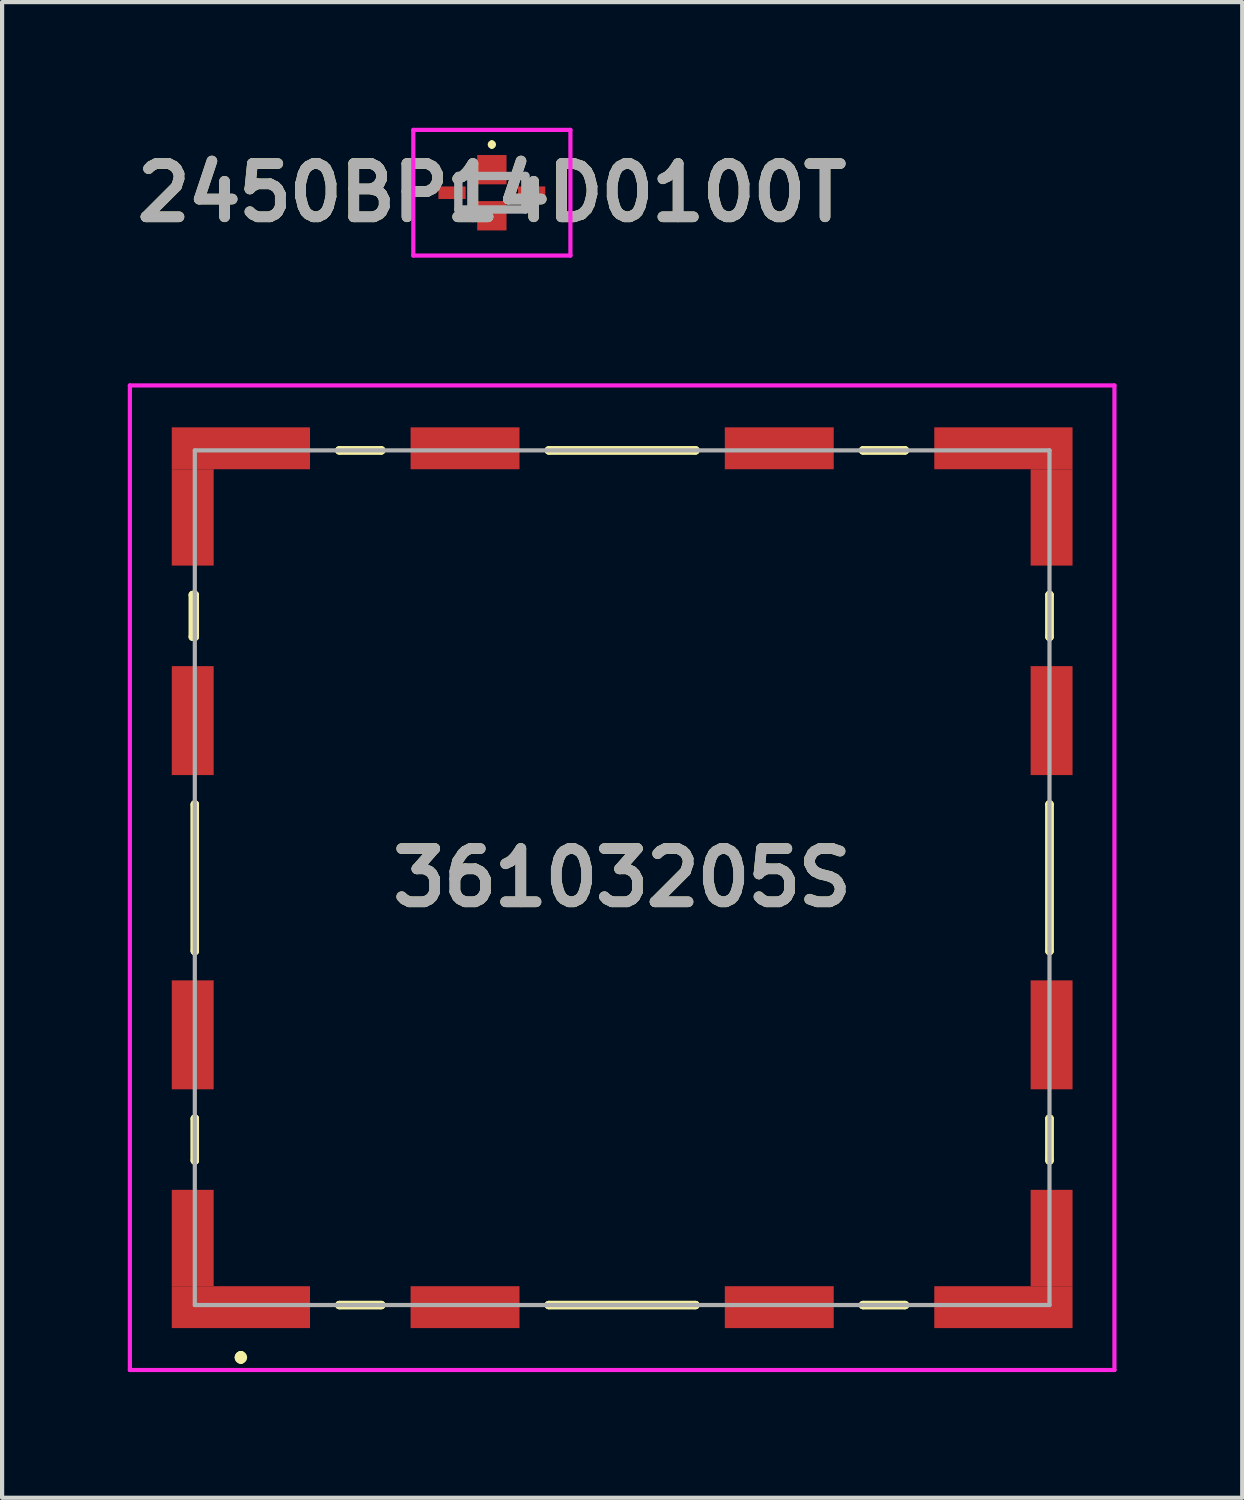
<source format=kicad_pcb>
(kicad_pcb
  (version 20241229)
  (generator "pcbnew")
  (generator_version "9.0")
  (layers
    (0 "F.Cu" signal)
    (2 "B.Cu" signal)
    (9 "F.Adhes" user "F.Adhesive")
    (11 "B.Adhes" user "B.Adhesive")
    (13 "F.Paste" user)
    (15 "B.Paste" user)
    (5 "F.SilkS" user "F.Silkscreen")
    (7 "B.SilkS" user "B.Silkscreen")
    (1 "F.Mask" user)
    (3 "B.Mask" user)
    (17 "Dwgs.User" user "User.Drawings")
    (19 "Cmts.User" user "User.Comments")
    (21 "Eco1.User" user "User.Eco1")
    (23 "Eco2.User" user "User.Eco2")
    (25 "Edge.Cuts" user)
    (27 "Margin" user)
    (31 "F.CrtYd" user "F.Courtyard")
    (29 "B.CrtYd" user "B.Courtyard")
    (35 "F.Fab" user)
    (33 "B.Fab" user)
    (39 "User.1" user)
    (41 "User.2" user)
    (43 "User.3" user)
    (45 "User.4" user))
  (footprint "2450BP14D0100T"
    (layer "F.Cu")
    (at 8.69 1.55)
    (property "Reference" "2450BP14D0100T" (at 0 0 0) (layer "F.SilkS") (effects (font (size 1.27 1.27) (thickness 0.254))))
    (attr smd)
    (fp_line (start 0 -1.2) (end 0 -1.2) (stroke (width 0.1) (type solid)) (layer "F.SilkS"))
    (fp_line (start 0 -1.1) (end 0 -1.1) (stroke (width 0.1) (type solid)) (layer "F.SilkS"))
    (fp_arc (start 0 -1.2) (mid 0.05 -1.15) (end 0 -1.1) (stroke (width 0.1) (type solid)) (layer "F.SilkS"))
    (fp_arc (start 0 -1.1) (mid -0.05 -1.15) (end 0 -1.2) (stroke (width 0.1) (type solid)) (layer "F.SilkS"))
    (fp_line (start -1.875 -1.5) (end 1.875 -1.5) (stroke (width 0.1) (type solid)) (layer "F.CrtYd"))
    (fp_line (start -1.875 1.5) (end -1.875 -1.5) (stroke (width 0.1) (type solid)) (layer "F.CrtYd"))
    (fp_line (start 1.875 -1.5) (end 1.875 1.5) (stroke (width 0.1) (type solid)) (layer "F.CrtYd"))
    (fp_line (start 1.875 1.5) (end -1.875 1.5) (stroke (width 0.1) (type solid)) (layer "F.CrtYd"))
    (fp_line (start -0.8 -0.4) (end 0.8 -0.4) (stroke (width 0.2) (type solid)) (layer "F.Fab"))
    (fp_line (start -0.8 0.4) (end -0.8 -0.4) (stroke (width 0.2) (type solid)) (layer "F.Fab"))
    (fp_line (start 0.8 -0.4) (end 0.8 0.4) (stroke (width 0.2) (type solid)) (layer "F.Fab"))
    (fp_line (start 0.8 0.4) (end -0.8 0.4) (stroke (width 0.2) (type solid)) (layer "F.Fab"))
    (fp_text user "${REFERENCE}" (at 0 0 0) (layer "F.Fab") (effects (font (size 1.27 1.27) (thickness 0.254))))
    (pad "1" smd rect (at 0 -0.55) (size 0.7 0.7) (layers "F.Cu" "F.Mask" "F.Paste"))
    (pad "2" smd rect (at 0.95 0 90) (size 0.3 0.65) (layers "F.Cu" "F.Mask" "F.Paste"))
    (pad "3" smd rect (at 0 0.55) (size 0.7 0.7) (layers "F.Cu" "F.Mask" "F.Paste"))
    (pad "4" smd rect (at -0.95 0 90) (size 0.3 0.65) (layers "F.Cu" "F.Mask" "F.Paste")))
  (footprint "36103205S"
    (layer "F.Cu")
    (at 11.8 17.9)
    (property "Reference" "36103205S" (at 0 0 0) (layer "F.SilkS") (effects (font (size 1.27 1.27) (thickness 0.254))))
    (attr smd)
    (fp_line (start -10.25 -6.75) (end -10.2 -6.75) (stroke (width 0.2) (type solid)) (layer "F.SilkS"))
    (fp_line (start -10.25 -5.75) (end -10.25 -6.75) (stroke (width 0.2) (type solid)) (layer "F.SilkS"))
    (fp_line (start -10.2 -6.75) (end -10.2 -5.75) (stroke (width 0.2) (type solid)) (layer "F.SilkS"))
    (fp_line (start -10.2 -5.75) (end -10.25 -5.75) (stroke (width 0.2) (type solid)) (layer "F.SilkS"))
    (fp_line (start -10.2 -1.75) (end -10.2 -1.75) (stroke (width 0.2) (type solid)) (layer "F.SilkS"))
    (fp_line (start -10.2 -1.75) (end -10.2 1.75) (stroke (width 0.2) (type solid)) (layer "F.SilkS"))
    (fp_line (start -10.2 1.75) (end -10.2 -1.75) (stroke (width 0.2) (type solid)) (layer "F.SilkS"))
    (fp_line (start -10.2 1.75) (end -10.2 1.75) (stroke (width 0.2) (type solid)) (layer "F.SilkS"))
    (fp_line (start -10.2 5.75) (end -10.2 5.75) (stroke (width 0.2) (type solid)) (layer "F.SilkS"))
    (fp_line (start -10.2 5.75) (end -10.2 6.75) (stroke (width 0.2) (type solid)) (layer "F.SilkS"))
    (fp_line (start -10.2 6.75) (end -10.2 5.75) (stroke (width 0.2) (type solid)) (layer "F.SilkS"))
    (fp_line (start -10.2 6.75) (end -10.2 6.75) (stroke (width 0.2) (type solid)) (layer "F.SilkS"))
    (fp_line (start -9.1 11.4) (end -9.1 11.4) (stroke (width 0.2) (type solid)) (layer "F.SilkS"))
    (fp_line (start -9.1 11.4) (end -9.1 11.4) (stroke (width 0.2) (type solid)) (layer "F.SilkS"))
    (fp_line (start -9.1 11.5) (end -9.1 11.5) (stroke (width 0.2) (type solid)) (layer "F.SilkS"))
    (fp_line (start -6.75 -10.2) (end -6.75 -10.2) (stroke (width 0.2) (type solid)) (layer "F.SilkS"))
    (fp_line (start -6.75 -10.2) (end -5.75 -10.2) (stroke (width 0.2) (type solid)) (layer "F.SilkS"))
    (fp_line (start -6.75 10.2) (end -6.75 10.2) (stroke (width 0.2) (type solid)) (layer "F.SilkS"))
    (fp_line (start -6.75 10.2) (end -5.75 10.2) (stroke (width 0.2) (type solid)) (layer "F.SilkS"))
    (fp_line (start -5.75 -10.2) (end -6.75 -10.2) (stroke (width 0.2) (type solid)) (layer "F.SilkS"))
    (fp_line (start -5.75 -10.2) (end -5.75 -10.2) (stroke (width 0.2) (type solid)) (layer "F.SilkS"))
    (fp_line (start -5.75 10.2) (end -6.75 10.2) (stroke (width 0.2) (type solid)) (layer "F.SilkS"))
    (fp_line (start -5.75 10.2) (end -5.75 10.2) (stroke (width 0.2) (type solid)) (layer "F.SilkS"))
    (fp_line (start -1.75 -10.2) (end -1.75 -10.2) (stroke (width 0.2) (type solid)) (layer "F.SilkS"))
    (fp_line (start -1.75 -10.2) (end 1.75 -10.2) (stroke (width 0.2) (type solid)) (layer "F.SilkS"))
    (fp_line (start -1.75 10.2) (end -1.75 10.2) (stroke (width 0.2) (type solid)) (layer "F.SilkS"))
    (fp_line (start -1.75 10.2) (end 1.75 10.2) (stroke (width 0.2) (type solid)) (layer "F.SilkS"))
    (fp_line (start 1.75 -10.2) (end -1.75 -10.2) (stroke (width 0.2) (type solid)) (layer "F.SilkS"))
    (fp_line (start 1.75 -10.2) (end 1.75 -10.2) (stroke (width 0.2) (type solid)) (layer "F.SilkS"))
    (fp_line (start 1.75 10.2) (end -1.75 10.2) (stroke (width 0.2) (type solid)) (layer "F.SilkS"))
    (fp_line (start 1.75 10.2) (end 1.75 10.2) (stroke (width 0.2) (type solid)) (layer "F.SilkS"))
    (fp_line (start 5.75 -10.2) (end 5.75 -10.2) (stroke (width 0.2) (type solid)) (layer "F.SilkS"))
    (fp_line (start 5.75 -10.2) (end 6.75 -10.2) (stroke (width 0.2) (type solid)) (layer "F.SilkS"))
    (fp_line (start 5.75 10.2) (end 5.75 10.2) (stroke (width 0.2) (type solid)) (layer "F.SilkS"))
    (fp_line (start 5.75 10.2) (end 6.75 10.2) (stroke (width 0.2) (type solid)) (layer "F.SilkS"))
    (fp_line (start 6.75 -10.2) (end 5.75 -10.2) (stroke (width 0.2) (type solid)) (layer "F.SilkS"))
    (fp_line (start 6.75 -10.2) (end 6.75 -10.2) (stroke (width 0.2) (type solid)) (layer "F.SilkS"))
    (fp_line (start 6.75 10.2) (end 5.75 10.2) (stroke (width 0.2) (type solid)) (layer "F.SilkS"))
    (fp_line (start 6.75 10.2) (end 6.75 10.2) (stroke (width 0.2) (type solid)) (layer "F.SilkS"))
    (fp_line (start 10.2 -6.75) (end 10.2 -6.75) (stroke (width 0.2) (type solid)) (layer "F.SilkS"))
    (fp_line (start 10.2 -6.75) (end 10.2 -5.75) (stroke (width 0.2) (type solid)) (layer "F.SilkS"))
    (fp_line (start 10.2 -5.75) (end 10.2 -6.75) (stroke (width 0.2) (type solid)) (layer "F.SilkS"))
    (fp_line (start 10.2 -5.75) (end 10.2 -5.75) (stroke (width 0.2) (type solid)) (layer "F.SilkS"))
    (fp_line (start 10.2 -1.75) (end 10.2 -1.75) (stroke (width 0.2) (type solid)) (layer "F.SilkS"))
    (fp_line (start 10.2 -1.75) (end 10.2 1.75) (stroke (width 0.2) (type solid)) (layer "F.SilkS"))
    (fp_line (start 10.2 1.75) (end 10.2 -1.75) (stroke (width 0.2) (type solid)) (layer "F.SilkS"))
    (fp_line (start 10.2 1.75) (end 10.2 1.75) (stroke (width 0.2) (type solid)) (layer "F.SilkS"))
    (fp_line (start 10.2 5.75) (end 10.2 5.75) (stroke (width 0.2) (type solid)) (layer "F.SilkS"))
    (fp_line (start 10.2 5.75) (end 10.2 6.75) (stroke (width 0.2) (type solid)) (layer "F.SilkS"))
    (fp_line (start 10.2 6.75) (end 10.2 5.75) (stroke (width 0.2) (type solid)) (layer "F.SilkS"))
    (fp_line (start 10.2 6.75) (end 10.2 6.75) (stroke (width 0.2) (type solid)) (layer "F.SilkS"))
    (fp_arc (start -9.1 11.4) (mid -9.05 11.45) (end -9.1 11.5) (stroke (width 0.2) (type solid)) (layer "F.SilkS"))
    (fp_arc (start -9.1 11.5) (mid -9.15 11.45) (end -9.1 11.4) (stroke (width 0.2) (type solid)) (layer "F.SilkS"))
    (fp_arc (start -9.1 11.5) (mid -9.15 11.45) (end -9.1 11.4) (stroke (width 0.2) (type solid)) (layer "F.SilkS"))
    (fp_line (start -11.75 -11.75) (end 11.75 -11.75) (stroke (width 0.1) (type solid)) (layer "F.CrtYd"))
    (fp_line (start -11.75 11.75) (end -11.75 -11.75) (stroke (width 0.1) (type solid)) (layer "F.CrtYd"))
    (fp_line (start 11.75 -11.75) (end 11.75 11.75) (stroke (width 0.1) (type solid)) (layer "F.CrtYd"))
    (fp_line (start 11.75 11.75) (end -11.75 11.75) (stroke (width 0.1) (type solid)) (layer "F.CrtYd"))
    (fp_line (start -10.2 -10.2) (end -10.2 10.2) (stroke (width 0.1) (type solid)) (layer "F.Fab"))
    (fp_line (start -10.2 10.2) (end 10.2 10.2) (stroke (width 0.1) (type solid)) (layer "F.Fab"))
    (fp_line (start 10.2 -10.2) (end -10.2 -10.2) (stroke (width 0.1) (type solid)) (layer "F.Fab"))
    (fp_line (start 10.2 10.2) (end 10.2 -10.2) (stroke (width 0.1) (type solid)) (layer "F.Fab"))
    (fp_text user "${REFERENCE}" (at 0 0 0) (layer "F.Fab") (effects (font (size 1.27 1.27) (thickness 0.254))))
    (pad "1" smd rect (at -9.1 10.25 90) (size 1 3.3) (layers "F.Cu" "F.Mask" "F.Paste"))
    (pad "2" smd rect (at -3.75 10.25 90) (size 1 2.6) (layers "F.Cu" "F.Mask" "F.Paste"))
    (pad "3" smd rect (at 3.75 10.25 90) (size 1 2.6) (layers "F.Cu" "F.Mask" "F.Paste"))
    (pad "4" smd rect (at 9.1 10.25 90) (size 1 3.3) (layers "F.Cu" "F.Mask" "F.Paste"))
    (pad "5" smd rect (at 10.25 8.6) (size 1 2.3) (layers "F.Cu" "F.Mask" "F.Paste"))
    (pad "6" smd rect (at 10.25 3.75) (size 1 2.6) (layers "F.Cu" "F.Mask" "F.Paste"))
    (pad "7" smd rect (at 10.25 -3.75) (size 1 2.6) (layers "F.Cu" "F.Mask" "F.Paste"))
    (pad "8" smd rect (at 10.25 -8.6) (size 1 2.3) (layers "F.Cu" "F.Mask" "F.Paste"))
    (pad "9" smd rect (at 9.1 -10.25 90) (size 1 3.3) (layers "F.Cu" "F.Mask" "F.Paste"))
    (pad "10" smd rect (at 3.75 -10.25 90) (size 1 2.6) (layers "F.Cu" "F.Mask" "F.Paste"))
    (pad "11" smd rect (at -3.75 -10.25 90) (size 1 2.6) (layers "F.Cu" "F.Mask" "F.Paste"))
    (pad "12" smd rect (at -9.1 -10.25 90) (size 1 3.3) (layers "F.Cu" "F.Mask" "F.Paste"))
    (pad "13" smd rect (at -10.25 -8.6) (size 1 2.3) (layers "F.Cu" "F.Mask" "F.Paste"))
    (pad "14" smd rect (at -10.25 -3.75) (size 1 2.6) (layers "F.Cu" "F.Mask" "F.Paste"))
    (pad "15" smd rect (at -10.25 3.75) (size 1 2.6) (layers "F.Cu" "F.Mask" "F.Paste"))
    (pad "16" smd rect (at -10.25 8.6) (size 1 2.3) (layers "F.Cu" "F.Mask" "F.Paste")))
  (gr_rect
    (start -3 -3)
    (end 26.6 32.7)
    (stroke (width 0.1) (type default))
    (fill no)
    (layer "Edge.Cuts")))
</source>
